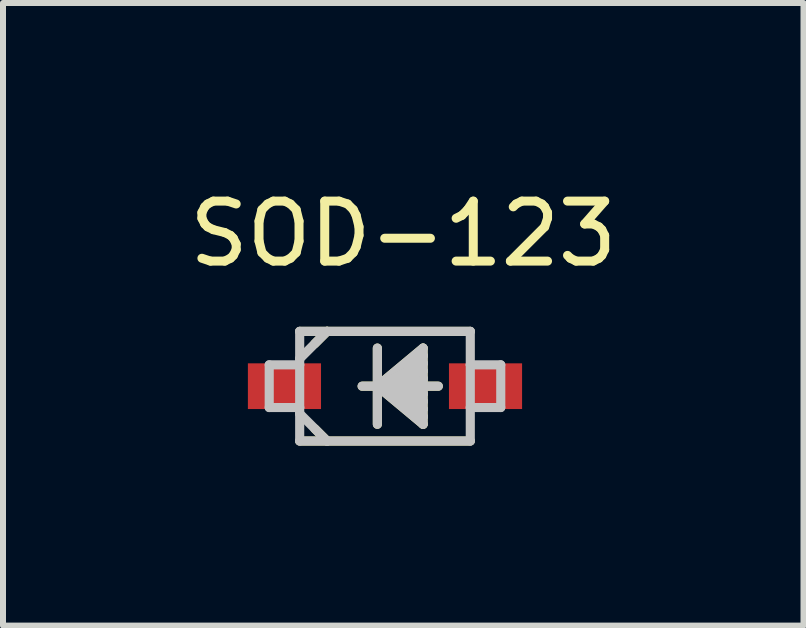
<source format=kicad_pcb>
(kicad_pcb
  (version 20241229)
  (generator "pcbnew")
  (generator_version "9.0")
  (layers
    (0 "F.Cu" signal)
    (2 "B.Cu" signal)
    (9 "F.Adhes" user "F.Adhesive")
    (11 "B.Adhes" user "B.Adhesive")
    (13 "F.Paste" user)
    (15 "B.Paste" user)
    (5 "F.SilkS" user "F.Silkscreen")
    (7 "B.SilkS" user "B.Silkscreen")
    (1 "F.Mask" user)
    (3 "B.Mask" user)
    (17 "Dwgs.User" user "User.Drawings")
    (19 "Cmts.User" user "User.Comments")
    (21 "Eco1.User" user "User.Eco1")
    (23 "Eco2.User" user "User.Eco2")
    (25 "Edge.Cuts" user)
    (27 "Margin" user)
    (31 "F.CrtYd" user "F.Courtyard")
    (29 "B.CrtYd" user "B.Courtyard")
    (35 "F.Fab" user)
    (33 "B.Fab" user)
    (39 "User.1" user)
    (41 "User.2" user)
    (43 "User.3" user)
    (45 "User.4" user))
  (footprint "SOD-123"
    (layer "F.Cu")
    (at 3.368 3.388)
    (property "Reference" "SOD-123" (at 0.305 -2.54 0) (layer "F.SilkS") (effects (font (size 1 1) (thickness 0.15))))
    (attr smd)
    (fp_line (start -1.422 0.914) (end -0.965 0.914) (stroke (width 0.152) (type solid)) (layer "F.SilkS"))
    (fp_line (start -1.168 -0.711) (end -0.965 -0.914) (stroke (width 0.152) (type solid)) (layer "F.SilkS"))
    (fp_line (start -1.168 0.711) (end -0.965 0.914) (stroke (width 0.152) (type solid)) (layer "F.SilkS"))
    (fp_line (start -0.965 -0.914) (end -1.422 -0.914) (stroke (width 0.152) (type solid)) (layer "F.SilkS"))
    (fp_line (start -0.965 0.914) (end 1.422 0.914) (stroke (width 0.152) (type solid)) (layer "F.SilkS"))
    (fp_line (start -0.127 -0.635) (end -0.127 0) (stroke (width 0.152) (type solid)) (layer "F.SilkS"))
    (fp_line (start -0.127 0) (end -0.381 0) (stroke (width 0.152) (type solid)) (layer "F.SilkS"))
    (fp_line (start -0.127 0) (end -0.127 0.635) (stroke (width 0.152) (type solid)) (layer "F.SilkS"))
    (fp_line (start -0.127 0) (end 0.635 -0.635) (stroke (width 0.152) (type solid)) (layer "F.SilkS"))
    (fp_line (start -0.127 0) (end 0.635 -0.508) (stroke (width 0.152) (type solid)) (layer "F.SilkS"))
    (fp_line (start -0.127 0) (end 0.635 -0.381) (stroke (width 0.152) (type solid)) (layer "F.SilkS"))
    (fp_line (start -0.127 0) (end 0.635 -0.254) (stroke (width 0.152) (type solid)) (layer "F.SilkS"))
    (fp_line (start -0.127 0) (end 0.635 -0.127) (stroke (width 0.152) (type solid)) (layer "F.SilkS"))
    (fp_line (start -0.127 0) (end 0.635 0.127) (stroke (width 0.152) (type solid)) (layer "F.SilkS"))
    (fp_line (start -0.127 0) (end 0.635 0.254) (stroke (width 0.152) (type solid)) (layer "F.SilkS"))
    (fp_line (start -0.127 0) (end 0.635 0.381) (stroke (width 0.152) (type solid)) (layer "F.SilkS"))
    (fp_line (start -0.127 0) (end 0.635 0.508) (stroke (width 0.152) (type solid)) (layer "F.SilkS"))
    (fp_line (start -0.127 0) (end 0.635 0.635) (stroke (width 0.152) (type solid)) (layer "F.SilkS"))
    (fp_line (start 0.635 -0.635) (end 0.635 -0.508) (stroke (width 0.152) (type solid)) (layer "F.SilkS"))
    (fp_line (start 0.635 -0.508) (end 0.635 -0.381) (stroke (width 0.152) (type solid)) (layer "F.SilkS"))
    (fp_line (start 0.635 -0.381) (end 0.635 -0.254) (stroke (width 0.152) (type solid)) (layer "F.SilkS"))
    (fp_line (start 0.635 -0.254) (end 0.635 -0.127) (stroke (width 0.152) (type solid)) (layer "F.SilkS"))
    (fp_line (start 0.635 -0.127) (end 0.635 0.127) (stroke (width 0.152) (type solid)) (layer "F.SilkS"))
    (fp_line (start 0.635 0.127) (end 0.635 0.254) (stroke (width 0.152) (type solid)) (layer "F.SilkS"))
    (fp_line (start 0.635 0.254) (end 0.635 0.381) (stroke (width 0.152) (type solid)) (layer "F.SilkS"))
    (fp_line (start 0.635 0.381) (end 0.635 0.508) (stroke (width 0.152) (type solid)) (layer "F.SilkS"))
    (fp_line (start 0.635 0.508) (end 0.635 0.635) (stroke (width 0.152) (type solid)) (layer "F.SilkS"))
    (fp_line (start 0.889 0) (end -0.127 0) (stroke (width 0.152) (type solid)) (layer "F.SilkS"))
    (fp_line (start 1.422 -0.914) (end -0.965 -0.914) (stroke (width 0.152) (type solid)) (layer "F.SilkS"))
    (fp_line (start -1.93 -0.356) (end -1.93 0.356) (stroke (width 0.152) (type solid)) (layer "Dwgs.User"))
    (fp_line (start -1.93 0.356) (end -1.422 0.356) (stroke (width 0.152) (type solid)) (layer "Dwgs.User"))
    (fp_line (start -1.422 -0.914) (end -1.422 -0.457) (stroke (width 0.152) (type solid)) (layer "Dwgs.User"))
    (fp_line (start -1.422 -0.457) (end -1.422 -0.356) (stroke (width 0.152) (type solid)) (layer "Dwgs.User"))
    (fp_line (start -1.422 -0.457) (end -0.965 -0.914) (stroke (width 0.152) (type solid)) (layer "Dwgs.User"))
    (fp_line (start -1.422 -0.356) (end -1.93 -0.356) (stroke (width 0.152) (type solid)) (layer "Dwgs.User"))
    (fp_line (start -1.422 -0.356) (end -1.422 0.356) (stroke (width 0.152) (type solid)) (layer "Dwgs.User"))
    (fp_line (start -1.422 0.356) (end -1.422 0.457) (stroke (width 0.152) (type solid)) (layer "Dwgs.User"))
    (fp_line (start -1.422 0.457) (end -1.422 0.914) (stroke (width 0.152) (type solid)) (layer "Dwgs.User"))
    (fp_line (start -1.422 0.457) (end -0.965 0.914) (stroke (width 0.152) (type solid)) (layer "Dwgs.User"))
    (fp_line (start -1.422 0.914) (end -0.965 0.914) (stroke (width 0.152) (type solid)) (layer "Dwgs.User"))
    (fp_line (start -0.965 -0.914) (end -1.422 -0.914) (stroke (width 0.152) (type solid)) (layer "Dwgs.User"))
    (fp_line (start -0.965 0.914) (end 1.422 0.914) (stroke (width 0.152) (type solid)) (layer "Dwgs.User"))
    (fp_line (start -0.127 -0.635) (end -0.127 0) (stroke (width 0.152) (type solid)) (layer "Dwgs.User"))
    (fp_line (start -0.127 0) (end -0.381 0) (stroke (width 0.152) (type solid)) (layer "Dwgs.User"))
    (fp_line (start -0.127 0) (end -0.127 0.635) (stroke (width 0.152) (type solid)) (layer "Dwgs.User"))
    (fp_line (start -0.127 0) (end 0.635 -0.635) (stroke (width 0.152) (type solid)) (layer "Dwgs.User"))
    (fp_line (start -0.127 0) (end 0.635 -0.508) (stroke (width 0.152) (type solid)) (layer "Dwgs.User"))
    (fp_line (start -0.127 0) (end 0.635 -0.381) (stroke (width 0.152) (type solid)) (layer "Dwgs.User"))
    (fp_line (start -0.127 0) (end 0.635 -0.254) (stroke (width 0.152) (type solid)) (layer "Dwgs.User"))
    (fp_line (start -0.127 0) (end 0.635 -0.127) (stroke (width 0.152) (type solid)) (layer "Dwgs.User"))
    (fp_line (start -0.127 0) (end 0.635 0.127) (stroke (width 0.152) (type solid)) (layer "Dwgs.User"))
    (fp_line (start -0.127 0) (end 0.635 0.254) (stroke (width 0.152) (type solid)) (layer "Dwgs.User"))
    (fp_line (start -0.127 0) (end 0.635 0.381) (stroke (width 0.152) (type solid)) (layer "Dwgs.User"))
    (fp_line (start -0.127 0) (end 0.635 0.508) (stroke (width 0.152) (type solid)) (layer "Dwgs.User"))
    (fp_line (start -0.127 0) (end 0.635 0.635) (stroke (width 0.152) (type solid)) (layer "Dwgs.User"))
    (fp_line (start 0.635 -0.635) (end 0.635 -0.508) (stroke (width 0.152) (type solid)) (layer "Dwgs.User"))
    (fp_line (start 0.635 -0.508) (end 0.635 -0.381) (stroke (width 0.152) (type solid)) (layer "Dwgs.User"))
    (fp_line (start 0.635 -0.381) (end 0.635 -0.254) (stroke (width 0.152) (type solid)) (layer "Dwgs.User"))
    (fp_line (start 0.635 -0.254) (end 0.635 -0.127) (stroke (width 0.152) (type solid)) (layer "Dwgs.User"))
    (fp_line (start 0.635 -0.127) (end 0.635 0.127) (stroke (width 0.152) (type solid)) (layer "Dwgs.User"))
    (fp_line (start 0.635 0.127) (end 0.635 0.254) (stroke (width 0.152) (type solid)) (layer "Dwgs.User"))
    (fp_line (start 0.635 0.254) (end 0.635 0.381) (stroke (width 0.152) (type solid)) (layer "Dwgs.User"))
    (fp_line (start 0.635 0.381) (end 0.635 0.508) (stroke (width 0.152) (type solid)) (layer "Dwgs.User"))
    (fp_line (start 0.635 0.508) (end 0.635 0.635) (stroke (width 0.152) (type solid)) (layer "Dwgs.User"))
    (fp_line (start 0.889 0) (end -0.127 0) (stroke (width 0.152) (type solid)) (layer "Dwgs.User"))
    (fp_line (start 1.422 -0.914) (end -0.965 -0.914) (stroke (width 0.152) (type solid)) (layer "Dwgs.User"))
    (fp_line (start 1.422 -0.356) (end 1.422 -0.914) (stroke (width 0.152) (type solid)) (layer "Dwgs.User"))
    (fp_line (start 1.422 0.356) (end 1.422 -0.356) (stroke (width 0.152) (type solid)) (layer "Dwgs.User"))
    (fp_line (start 1.422 0.356) (end 1.93 0.356) (stroke (width 0.152) (type solid)) (layer "Dwgs.User"))
    (fp_line (start 1.422 0.914) (end 1.422 0.356) (stroke (width 0.152) (type solid)) (layer "Dwgs.User"))
    (fp_line (start 1.93 -0.356) (end 1.422 -0.356) (stroke (width 0.152) (type solid)) (layer "Dwgs.User"))
    (fp_line (start 1.93 0.356) (end 1.93 -0.356) (stroke (width 0.152) (type solid)) (layer "Dwgs.User"))
    (pad "1" smd rect (at -1.676 0) (size 1.219 0.762) (layers "F.Cu" "F.Mask" "F.Paste"))
    (pad "2" smd rect (at 1.676 0) (size 1.219 0.762) (layers "F.Cu" "F.Mask" "F.Paste")))
  (gr_rect
    (start -3 -3)
    (end 10.345 7.379)
    (stroke (width 0.1) (type default))
    (fill no)
    (layer "Edge.Cuts")))
</source>
